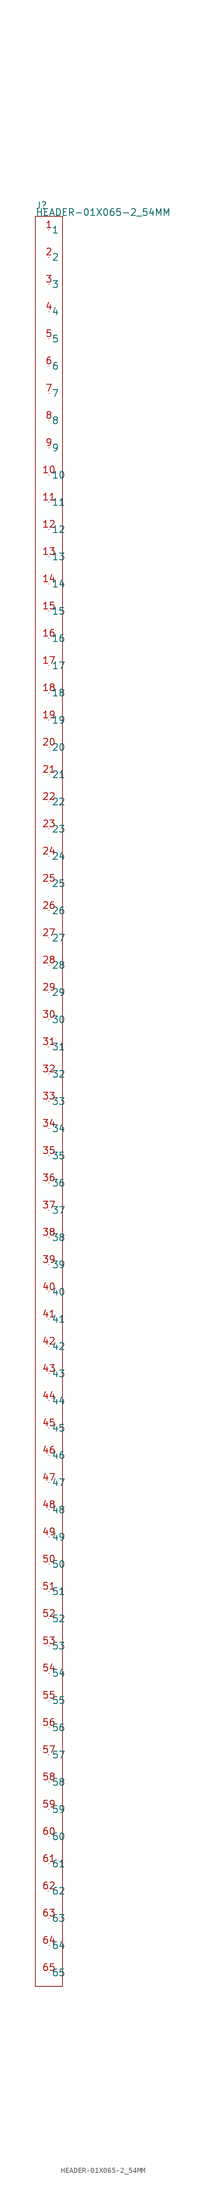
<source format=kicad_sym>
(kicad_symbol_lib
  (version 20211014)
  (generator kicad_symbol_editor)
  (symbol "HEADER-01X065-2_54MM"
    (pin_names)
    (property "Reference" "J"
      (at -2.54 166.37 0)
      (effects (font (size 1.27 1.27)) (justify left bottom)))
    (property "Value" "HEADER-01X065-2_54MM"
      (at -2.54 165.1 0)
      (effects (font (size 1.27 1.27)) (justify left bottom)))
    (property "Datasheet" ""
      (at 0 0 0))
    (property "ki_description" "Header 1x65  - Header Vertical 65POS 2.54MM Technical Specifications: Pitch: 0.1\" (2.54mm) "
      (at 0 0 0))
    (property "ki_fp_filters" "FlashPCB_Connectors:HEADER-THT-01X065-2_54MM FlashPCB_Connectors:HEADER-THT-LONG-01X065-2_54MM FlashPCB_Connectors:HEADER-THT-NOSILK-01X065-2_54MM FlashPCB_Connectors:HEADER-THT-LONG-NOSILK-01X065-2_54MM"
      (at 0 0 0))
    (symbol "HEADER-01X065-2_54MM_1_1"
      (polyline (pts (xy -2.54 165.1) (xy 2.54 165.1)) (stroke (width 0.127)) (fill (type none)))
      (polyline (pts (xy 2.54 165.1) (xy 2.54 -165.1)) (stroke (width 0.127)) (fill (type none)))
      (polyline (pts (xy 2.54 -165.1) (xy -2.54 -165.1)) (stroke (width 0.127)) (fill (type none)))
      (polyline (pts (xy -2.54 -165.1) (xy -2.54 165.1)) (stroke (width 0.127)) (fill (type none)))
      (pin bidirectional line (at 0 162.56 0) (length 0) (name "1" (effects (font (size 1.27 1.27)))) (number "1" (effects (font (size 1.27 1.27)))))
      (pin bidirectional line (at 0 157.48 0) (length 0) (name "2" (effects (font (size 1.27 1.27)))) (number "2" (effects (font (size 1.27 1.27)))))
      (pin bidirectional line (at 0 152.4 0) (length 0) (name "3" (effects (font (size 1.27 1.27)))) (number "3" (effects (font (size 1.27 1.27)))))
      (pin bidirectional line (at 0 147.32 0) (length 0) (name "4" (effects (font (size 1.27 1.27)))) (number "4" (effects (font (size 1.27 1.27)))))
      (pin bidirectional line (at 0 142.24 0) (length 0) (name "5" (effects (font (size 1.27 1.27)))) (number "5" (effects (font (size 1.27 1.27)))))
      (pin bidirectional line (at 0 137.16 0) (length 0) (name "6" (effects (font (size 1.27 1.27)))) (number "6" (effects (font (size 1.27 1.27)))))
      (pin bidirectional line (at 0 132.08 0) (length 0) (name "7" (effects (font (size 1.27 1.27)))) (number "7" (effects (font (size 1.27 1.27)))))
      (pin bidirectional line (at 0 127 0) (length 0) (name "8" (effects (font (size 1.27 1.27)))) (number "8" (effects (font (size 1.27 1.27)))))
      (pin bidirectional line (at 0 121.92 0) (length 0) (name "9" (effects (font (size 1.27 1.27)))) (number "9" (effects (font (size 1.27 1.27)))))
      (pin bidirectional line (at 0 116.84 0) (length 0) (name "10" (effects (font (size 1.27 1.27)))) (number "10" (effects (font (size 1.27 1.27)))))
      (pin bidirectional line (at 0 111.76 0) (length 0) (name "11" (effects (font (size 1.27 1.27)))) (number "11" (effects (font (size 1.27 1.27)))))
      (pin bidirectional line (at 0 106.68 0) (length 0) (name "12" (effects (font (size 1.27 1.27)))) (number "12" (effects (font (size 1.27 1.27)))))
      (pin bidirectional line (at 0 101.6 0) (length 0) (name "13" (effects (font (size 1.27 1.27)))) (number "13" (effects (font (size 1.27 1.27)))))
      (pin bidirectional line (at 0 96.52 0) (length 0) (name "14" (effects (font (size 1.27 1.27)))) (number "14" (effects (font (size 1.27 1.27)))))
      (pin bidirectional line (at 0 91.44 0) (length 0) (name "15" (effects (font (size 1.27 1.27)))) (number "15" (effects (font (size 1.27 1.27)))))
      (pin bidirectional line (at 0 86.36 0) (length 0) (name "16" (effects (font (size 1.27 1.27)))) (number "16" (effects (font (size 1.27 1.27)))))
      (pin bidirectional line (at 0 81.28 0) (length 0) (name "17" (effects (font (size 1.27 1.27)))) (number "17" (effects (font (size 1.27 1.27)))))
      (pin bidirectional line (at 0 76.2 0) (length 0) (name "18" (effects (font (size 1.27 1.27)))) (number "18" (effects (font (size 1.27 1.27)))))
      (pin bidirectional line (at 0 71.12 0) (length 0) (name "19" (effects (font (size 1.27 1.27)))) (number "19" (effects (font (size 1.27 1.27)))))
      (pin bidirectional line (at 0 66.04 0) (length 0) (name "20" (effects (font (size 1.27 1.27)))) (number "20" (effects (font (size 1.27 1.27)))))
      (pin bidirectional line (at 0 60.96 0) (length 0) (name "21" (effects (font (size 1.27 1.27)))) (number "21" (effects (font (size 1.27 1.27)))))
      (pin bidirectional line (at 0 55.88 0) (length 0) (name "22" (effects (font (size 1.27 1.27)))) (number "22" (effects (font (size 1.27 1.27)))))
      (pin bidirectional line (at 0 50.8 0) (length 0) (name "23" (effects (font (size 1.27 1.27)))) (number "23" (effects (font (size 1.27 1.27)))))
      (pin bidirectional line (at 0 45.72 0) (length 0) (name "24" (effects (font (size 1.27 1.27)))) (number "24" (effects (font (size 1.27 1.27)))))
      (pin bidirectional line (at 0 40.64 0) (length 0) (name "25" (effects (font (size 1.27 1.27)))) (number "25" (effects (font (size 1.27 1.27)))))
      (pin bidirectional line (at 0 35.56 0) (length 0) (name "26" (effects (font (size 1.27 1.27)))) (number "26" (effects (font (size 1.27 1.27)))))
      (pin bidirectional line (at 0 30.48 0) (length 0) (name "27" (effects (font (size 1.27 1.27)))) (number "27" (effects (font (size 1.27 1.27)))))
      (pin bidirectional line (at 0 25.4 0) (length 0) (name "28" (effects (font (size 1.27 1.27)))) (number "28" (effects (font (size 1.27 1.27)))))
      (pin bidirectional line (at 0 20.32 0) (length 0) (name "29" (effects (font (size 1.27 1.27)))) (number "29" (effects (font (size 1.27 1.27)))))
      (pin bidirectional line (at 0 15.24 0) (length 0) (name "30" (effects (font (size 1.27 1.27)))) (number "30" (effects (font (size 1.27 1.27)))))
      (pin bidirectional line (at 0 10.16 0) (length 0) (name "31" (effects (font (size 1.27 1.27)))) (number "31" (effects (font (size 1.27 1.27)))))
      (pin bidirectional line (at 0 5.08 0) (length 0) (name "32" (effects (font (size 1.27 1.27)))) (number "32" (effects (font (size 1.27 1.27)))))
      (pin bidirectional line (at 0 0 0) (length 0) (name "33" (effects (font (size 1.27 1.27)))) (number "33" (effects (font (size 1.27 1.27)))))
      (pin bidirectional line (at 0 -5.08 0) (length 0) (name "34" (effects (font (size 1.27 1.27)))) (number "34" (effects (font (size 1.27 1.27)))))
      (pin bidirectional line (at 0 -10.16 0) (length 0) (name "35" (effects (font (size 1.27 1.27)))) (number "35" (effects (font (size 1.27 1.27)))))
      (pin bidirectional line (at 0 -15.24 0) (length 0) (name "36" (effects (font (size 1.27 1.27)))) (number "36" (effects (font (size 1.27 1.27)))))
      (pin bidirectional line (at 0 -20.32 0) (length 0) (name "37" (effects (font (size 1.27 1.27)))) (number "37" (effects (font (size 1.27 1.27)))))
      (pin bidirectional line (at 0 -25.4 0) (length 0) (name "38" (effects (font (size 1.27 1.27)))) (number "38" (effects (font (size 1.27 1.27)))))
      (pin bidirectional line (at 0 -30.48 0) (length 0) (name "39" (effects (font (size 1.27 1.27)))) (number "39" (effects (font (size 1.27 1.27)))))
      (pin bidirectional line (at 0 -35.56 0) (length 0) (name "40" (effects (font (size 1.27 1.27)))) (number "40" (effects (font (size 1.27 1.27)))))
      (pin bidirectional line (at 0 -40.64 0) (length 0) (name "41" (effects (font (size 1.27 1.27)))) (number "41" (effects (font (size 1.27 1.27)))))
      (pin bidirectional line (at 0 -45.72 0) (length 0) (name "42" (effects (font (size 1.27 1.27)))) (number "42" (effects (font (size 1.27 1.27)))))
      (pin bidirectional line (at 0 -50.8 0) (length 0) (name "43" (effects (font (size 1.27 1.27)))) (number "43" (effects (font (size 1.27 1.27)))))
      (pin bidirectional line (at 0 -55.88 0) (length 0) (name "44" (effects (font (size 1.27 1.27)))) (number "44" (effects (font (size 1.27 1.27)))))
      (pin bidirectional line (at 0 -60.96 0) (length 0) (name "45" (effects (font (size 1.27 1.27)))) (number "45" (effects (font (size 1.27 1.27)))))
      (pin bidirectional line (at 0 -66.04 0) (length 0) (name "46" (effects (font (size 1.27 1.27)))) (number "46" (effects (font (size 1.27 1.27)))))
      (pin bidirectional line (at 0 -71.12 0) (length 0) (name "47" (effects (font (size 1.27 1.27)))) (number "47" (effects (font (size 1.27 1.27)))))
      (pin bidirectional line (at 0 -76.2 0) (length 0) (name "48" (effects (font (size 1.27 1.27)))) (number "48" (effects (font (size 1.27 1.27)))))
      (pin bidirectional line (at 0 -81.28 0) (length 0) (name "49" (effects (font (size 1.27 1.27)))) (number "49" (effects (font (size 1.27 1.27)))))
      (pin bidirectional line (at 0 -86.36 0) (length 0) (name "50" (effects (font (size 1.27 1.27)))) (number "50" (effects (font (size 1.27 1.27)))))
      (pin bidirectional line (at 0 -91.44 0) (length 0) (name "51" (effects (font (size 1.27 1.27)))) (number "51" (effects (font (size 1.27 1.27)))))
      (pin bidirectional line (at 0 -96.52 0) (length 0) (name "52" (effects (font (size 1.27 1.27)))) (number "52" (effects (font (size 1.27 1.27)))))
      (pin bidirectional line (at 0 -101.6 0) (length 0) (name "53" (effects (font (size 1.27 1.27)))) (number "53" (effects (font (size 1.27 1.27)))))
      (pin bidirectional line (at 0 -106.68 0) (length 0) (name "54" (effects (font (size 1.27 1.27)))) (number "54" (effects (font (size 1.27 1.27)))))
      (pin bidirectional line (at 0 -111.76 0) (length 0) (name "55" (effects (font (size 1.27 1.27)))) (number "55" (effects (font (size 1.27 1.27)))))
      (pin bidirectional line (at 0 -116.84 0) (length 0) (name "56" (effects (font (size 1.27 1.27)))) (number "56" (effects (font (size 1.27 1.27)))))
      (pin bidirectional line (at 0 -121.92 0) (length 0) (name "57" (effects (font (size 1.27 1.27)))) (number "57" (effects (font (size 1.27 1.27)))))
      (pin bidirectional line (at 0 -127 0) (length 0) (name "58" (effects (font (size 1.27 1.27)))) (number "58" (effects (font (size 1.27 1.27)))))
      (pin bidirectional line (at 0 -132.08 0) (length 0) (name "59" (effects (font (size 1.27 1.27)))) (number "59" (effects (font (size 1.27 1.27)))))
      (pin bidirectional line (at 0 -137.16 0) (length 0) (name "60" (effects (font (size 1.27 1.27)))) (number "60" (effects (font (size 1.27 1.27)))))
      (pin bidirectional line (at 0 -142.24 0) (length 0) (name "61" (effects (font (size 1.27 1.27)))) (number "61" (effects (font (size 1.27 1.27)))))
      (pin bidirectional line (at 0 -147.32 0) (length 0) (name "62" (effects (font (size 1.27 1.27)))) (number "62" (effects (font (size 1.27 1.27)))))
      (pin bidirectional line (at 0 -152.4 0) (length 0) (name "63" (effects (font (size 1.27 1.27)))) (number "63" (effects (font (size 1.27 1.27)))))
      (pin bidirectional line (at 0 -157.48 0) (length 0) (name "64" (effects (font (size 1.27 1.27)))) (number "64" (effects (font (size 1.27 1.27)))))
      (pin bidirectional line (at 0 -162.56 0) (length 0) (name "65" (effects (font (size 1.27 1.27)))) (number "65" (effects (font (size 1.27 1.27))))))))
</source>
